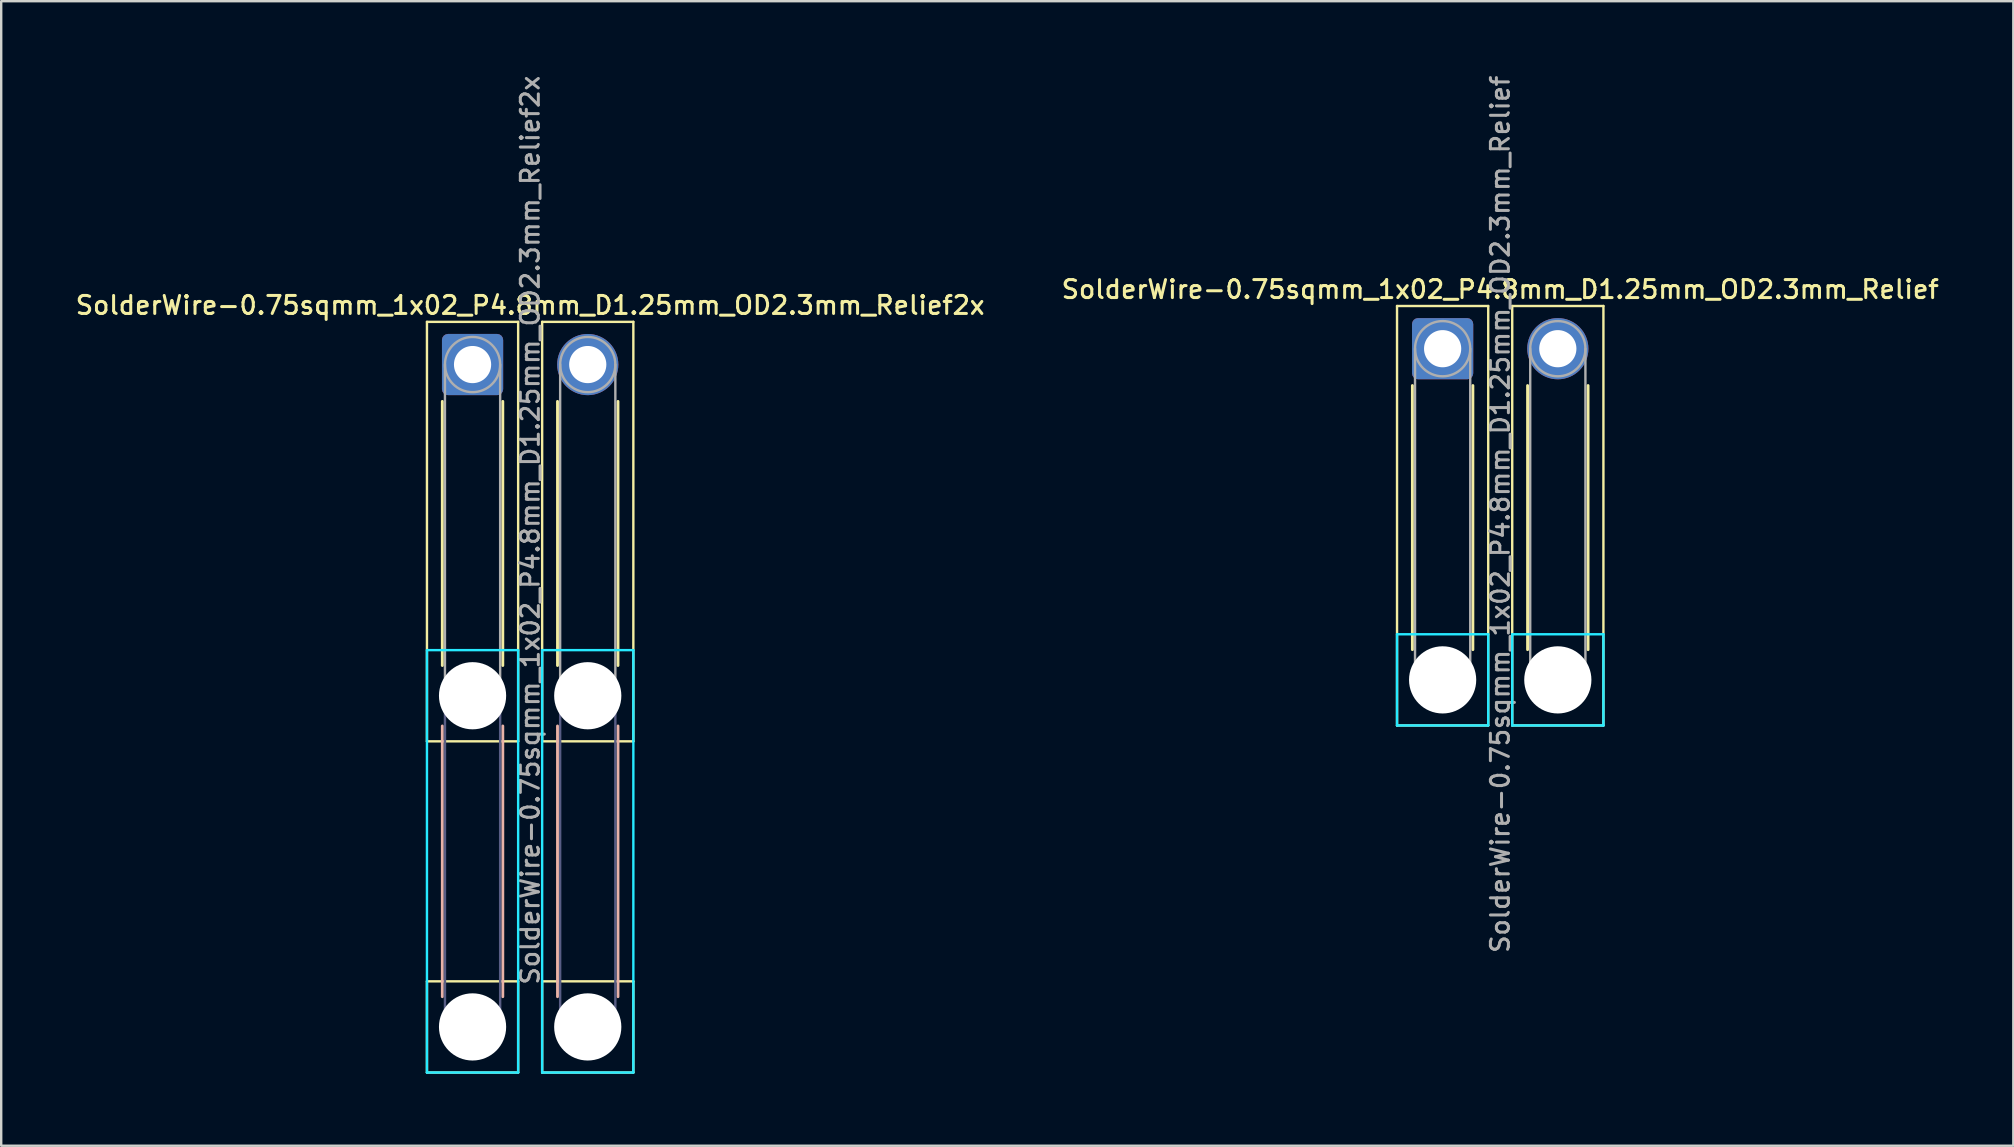
<source format=kicad_pcb>
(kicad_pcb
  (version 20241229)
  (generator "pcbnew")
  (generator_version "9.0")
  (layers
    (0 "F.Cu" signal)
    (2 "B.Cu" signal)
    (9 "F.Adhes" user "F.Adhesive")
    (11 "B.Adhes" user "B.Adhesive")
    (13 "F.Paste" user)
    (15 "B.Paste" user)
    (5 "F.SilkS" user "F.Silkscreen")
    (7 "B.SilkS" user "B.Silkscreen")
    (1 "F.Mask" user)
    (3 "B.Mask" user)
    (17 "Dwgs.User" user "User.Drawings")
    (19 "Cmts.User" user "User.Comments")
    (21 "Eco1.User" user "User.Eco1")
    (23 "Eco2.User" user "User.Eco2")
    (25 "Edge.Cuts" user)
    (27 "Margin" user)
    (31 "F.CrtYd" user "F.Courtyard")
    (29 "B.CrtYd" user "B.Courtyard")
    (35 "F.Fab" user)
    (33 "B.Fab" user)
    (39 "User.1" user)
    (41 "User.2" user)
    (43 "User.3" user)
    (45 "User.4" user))
  (footprint "SolderWire-0.75sqmm_1x02_P4.8mm_D1.25mm_OD2.3mm_Relief"
    (layer "F.Cu")
    (at 57.063 11.48)
    (property "Reference" "SolderWire-0.75sqmm_1x02_P4.8mm_D1.25mm_OD2.3mm_Relief" (at 2.4 -2.47 0) (layer "F.SilkS") (effects (font (size 0.75 0.75) (thickness 0.125))))
    (attr exclude_from_pos_files exclude_from_bom)
    (fp_line (start -1.9 -1.78) (end -1.9 15.7) (stroke (width 0.1) (type solid)) (layer "F.SilkS"))
    (fp_line (start -1.9 15.7) (end 1.9 15.7) (stroke (width 0.1) (type solid)) (layer "F.SilkS"))
    (fp_line (start -1.26 1.535) (end -1.26 12.54) (stroke (width 0.12) (type solid)) (layer "F.SilkS"))
    (fp_line (start 1.26 1.535) (end 1.26 12.54) (stroke (width 0.12) (type solid)) (layer "F.SilkS"))
    (fp_line (start 1.9 -1.78) (end -1.9 -1.78) (stroke (width 0.1) (type solid)) (layer "F.SilkS"))
    (fp_line (start 1.9 15.7) (end 1.9 -1.78) (stroke (width 0.1) (type solid)) (layer "F.SilkS"))
    (fp_line (start 2.9 -1.78) (end 2.9 15.7) (stroke (width 0.1) (type solid)) (layer "F.SilkS"))
    (fp_line (start 2.9 15.7) (end 6.7 15.7) (stroke (width 0.1) (type solid)) (layer "F.SilkS"))
    (fp_line (start 3.54 1.535) (end 3.54 12.54) (stroke (width 0.12) (type solid)) (layer "F.SilkS"))
    (fp_line (start 6.06 1.535) (end 6.06 12.54) (stroke (width 0.12) (type solid)) (layer "F.SilkS"))
    (fp_line (start 6.7 -1.78) (end 2.9 -1.78) (stroke (width 0.1) (type solid)) (layer "F.SilkS"))
    (fp_line (start 6.7 15.7) (end 6.7 -1.78) (stroke (width 0.1) (type solid)) (layer "F.SilkS"))
    (fp_line (start -1.9 11.9) (end -1.9 15.7) (stroke (width 0.1) (type solid)) (layer "B.CrtYd"))
    (fp_line (start -1.9 15.7) (end 1.9 15.7) (stroke (width 0.1) (type solid)) (layer "B.CrtYd"))
    (fp_line (start 1.9 11.9) (end -1.9 11.9) (stroke (width 0.1) (type solid)) (layer "B.CrtYd"))
    (fp_line (start 1.9 15.7) (end 1.9 11.9) (stroke (width 0.1) (type solid)) (layer "B.CrtYd"))
    (fp_line (start 2.9 11.9) (end 2.9 15.7) (stroke (width 0.1) (type solid)) (layer "B.CrtYd"))
    (fp_line (start 2.9 15.7) (end 6.7 15.7) (stroke (width 0.1) (type solid)) (layer "B.CrtYd"))
    (fp_line (start 6.7 11.9) (end 2.9 11.9) (stroke (width 0.1) (type solid)) (layer "B.CrtYd"))
    (fp_line (start 6.7 15.7) (end 6.7 11.9) (stroke (width 0.1) (type solid)) (layer "B.CrtYd"))
    (fp_line (start -1.15 0) (end -1.15 13.8) (stroke (width 0.1) (type solid)) (layer "F.Fab"))
    (fp_line (start 1.15 0) (end 1.15 13.8) (stroke (width 0.1) (type solid)) (layer "F.Fab"))
    (fp_line (start 3.65 0) (end 3.65 13.8) (stroke (width 0.1) (type solid)) (layer "F.Fab"))
    (fp_line (start 5.95 0) (end 5.95 13.8) (stroke (width 0.1) (type solid)) (layer "F.Fab"))
    (fp_circle (center 0 0) (end 1.15 0) (stroke (width 0.1) (type solid)) (fill no) (layer "F.Fab"))
    (fp_circle (center 0 13.8) (end 1.15 13.8) (stroke (width 0.1) (type solid)) (fill no) (layer "F.Fab"))
    (fp_circle (center 4.8 0) (end 5.95 0) (stroke (width 0.1) (type solid)) (fill no) (layer "F.Fab"))
    (fp_circle (center 4.8 13.8) (end 5.95 13.8) (stroke (width 0.1) (type solid)) (fill no) (layer "F.Fab"))
    (fp_text user "${REFERENCE}" (at 2.4 6.9 90) (layer "F.Fab") (effects (font (size 0.75 0.75) (thickness 0.125))))
    (pad "" np_thru_hole circle (at 0 13.8) (size 2.8 2.8) (drill 2.8) (layers "*.Cu" "*.Mask"))
    (pad "" np_thru_hole circle (at 4.8 13.8) (size 2.8 2.8) (drill 2.8) (layers "*.Cu" "*.Mask"))
    (pad "1" thru_hole roundrect (at 0 0) (size 2.55 2.55) (drill 1.55) (layers "*.Cu" "*.Mask") (roundrect_rratio 0.098))
    (pad "2" thru_hole circle (at 4.8 0) (size 2.55 2.55) (drill 1.55) (layers "*.Cu" "*.Mask")))
  (footprint "SolderWire-0.75sqmm_1x02_P4.8mm_D1.25mm_OD2.3mm_Relief2x"
    (layer "F.Cu")
    (at 16.641 12.141)
    (property "Reference" "SolderWire-0.75sqmm_1x02_P4.8mm_D1.25mm_OD2.3mm_Relief2x" (at 2.4 -2.47 0) (layer "F.SilkS") (effects (font (size 0.75 0.75) (thickness 0.125))))
    (attr exclude_from_pos_files exclude_from_bom)
    (fp_line (start -1.9 -1.78) (end -1.9 15.7) (stroke (width 0.1) (type solid)) (layer "F.SilkS"))
    (fp_line (start -1.9 15.7) (end 1.9 15.7) (stroke (width 0.1) (type solid)) (layer "F.SilkS"))
    (fp_line (start -1.9 25.7) (end -1.9 29.5) (stroke (width 0.1) (type solid)) (layer "F.SilkS"))
    (fp_line (start -1.9 29.5) (end 1.9 29.5) (stroke (width 0.1) (type solid)) (layer "F.SilkS"))
    (fp_line (start -1.26 1.535) (end -1.26 12.54) (stroke (width 0.12) (type solid)) (layer "F.SilkS"))
    (fp_line (start 1.26 1.535) (end 1.26 12.54) (stroke (width 0.12) (type solid)) (layer "F.SilkS"))
    (fp_line (start 1.9 -1.78) (end -1.9 -1.78) (stroke (width 0.1) (type solid)) (layer "F.SilkS"))
    (fp_line (start 1.9 15.7) (end 1.9 -1.78) (stroke (width 0.1) (type solid)) (layer "F.SilkS"))
    (fp_line (start 1.9 25.7) (end -1.9 25.7) (stroke (width 0.1) (type solid)) (layer "F.SilkS"))
    (fp_line (start 1.9 29.5) (end 1.9 25.7) (stroke (width 0.1) (type solid)) (layer "F.SilkS"))
    (fp_line (start 2.9 -1.78) (end 2.9 15.7) (stroke (width 0.1) (type solid)) (layer "F.SilkS"))
    (fp_line (start 2.9 15.7) (end 6.7 15.7) (stroke (width 0.1) (type solid)) (layer "F.SilkS"))
    (fp_line (start 2.9 25.7) (end 2.9 29.5) (stroke (width 0.1) (type solid)) (layer "F.SilkS"))
    (fp_line (start 2.9 29.5) (end 6.7 29.5) (stroke (width 0.1) (type solid)) (layer "F.SilkS"))
    (fp_line (start 3.54 1.535) (end 3.54 12.54) (stroke (width 0.12) (type solid)) (layer "F.SilkS"))
    (fp_line (start 6.06 1.535) (end 6.06 12.54) (stroke (width 0.12) (type solid)) (layer "F.SilkS"))
    (fp_line (start 6.7 -1.78) (end 2.9 -1.78) (stroke (width 0.1) (type solid)) (layer "F.SilkS"))
    (fp_line (start 6.7 15.7) (end 6.7 -1.78) (stroke (width 0.1) (type solid)) (layer "F.SilkS"))
    (fp_line (start 6.7 25.7) (end 2.9 25.7) (stroke (width 0.1) (type solid)) (layer "F.SilkS"))
    (fp_line (start 6.7 29.5) (end 6.7 25.7) (stroke (width 0.1) (type solid)) (layer "F.SilkS"))
    (fp_line (start -1.26 15.06) (end -1.26 26.34) (stroke (width 0.12) (type solid)) (layer "B.SilkS"))
    (fp_line (start 1.26 15.06) (end 1.26 26.34) (stroke (width 0.12) (type solid)) (layer "B.SilkS"))
    (fp_line (start 3.54 15.06) (end 3.54 26.34) (stroke (width 0.12) (type solid)) (layer "B.SilkS"))
    (fp_line (start 6.06 15.06) (end 6.06 26.34) (stroke (width 0.12) (type solid)) (layer "B.SilkS"))
    (fp_line (start -1.9 11.9) (end -1.9 29.5) (stroke (width 0.1) (type solid)) (layer "B.CrtYd"))
    (fp_line (start -1.9 29.5) (end 1.9 29.5) (stroke (width 0.1) (type solid)) (layer "B.CrtYd"))
    (fp_line (start 1.9 11.9) (end -1.9 11.9) (stroke (width 0.1) (type solid)) (layer "B.CrtYd"))
    (fp_line (start 1.9 29.5) (end 1.9 11.9) (stroke (width 0.1) (type solid)) (layer "B.CrtYd"))
    (fp_line (start 2.9 11.9) (end 2.9 29.5) (stroke (width 0.1) (type solid)) (layer "B.CrtYd"))
    (fp_line (start 2.9 29.5) (end 6.7 29.5) (stroke (width 0.1) (type solid)) (layer "B.CrtYd"))
    (fp_line (start 6.7 11.9) (end 2.9 11.9) (stroke (width 0.1) (type solid)) (layer "B.CrtYd"))
    (fp_line (start 6.7 29.5) (end 6.7 11.9) (stroke (width 0.1) (type solid)) (layer "B.CrtYd"))
    (fp_line (start -1.15 13.8) (end -1.15 27.6) (stroke (width 0.1) (type solid)) (layer "B.Fab"))
    (fp_line (start 1.15 13.8) (end 1.15 27.6) (stroke (width 0.1) (type solid)) (layer "B.Fab"))
    (fp_line (start 3.65 13.8) (end 3.65 27.6) (stroke (width 0.1) (type solid)) (layer "B.Fab"))
    (fp_line (start 5.95 13.8) (end 5.95 27.6) (stroke (width 0.1) (type solid)) (layer "B.Fab"))
    (fp_circle (center 0 13.8) (end 1.15 13.8) (stroke (width 0.1) (type solid)) (fill no) (layer "B.Fab"))
    (fp_circle (center 0 27.6) (end 1.15 27.6) (stroke (width 0.1) (type solid)) (fill no) (layer "B.Fab"))
    (fp_circle (center 4.8 13.8) (end 5.95 13.8) (stroke (width 0.1) (type solid)) (fill no) (layer "B.Fab"))
    (fp_circle (center 4.8 27.6) (end 5.95 27.6) (stroke (width 0.1) (type solid)) (fill no) (layer "B.Fab"))
    (fp_line (start -1.15 0) (end -1.15 13.8) (stroke (width 0.1) (type solid)) (layer "F.Fab"))
    (fp_line (start 1.15 0) (end 1.15 13.8) (stroke (width 0.1) (type solid)) (layer "F.Fab"))
    (fp_line (start 3.65 0) (end 3.65 13.8) (stroke (width 0.1) (type solid)) (layer "F.Fab"))
    (fp_line (start 5.95 0) (end 5.95 13.8) (stroke (width 0.1) (type solid)) (layer "F.Fab"))
    (fp_circle (center 0 0) (end 1.15 0) (stroke (width 0.1) (type solid)) (fill no) (layer "F.Fab"))
    (fp_circle (center 0 13.8) (end 1.15 13.8) (stroke (width 0.1) (type solid)) (fill no) (layer "F.Fab"))
    (fp_circle (center 0 27.6) (end 1.15 27.6) (stroke (width 0.1) (type solid)) (fill no) (layer "F.Fab"))
    (fp_circle (center 4.8 0) (end 5.95 0) (stroke (width 0.1) (type solid)) (fill no) (layer "F.Fab"))
    (fp_circle (center 4.8 13.8) (end 5.95 13.8) (stroke (width 0.1) (type solid)) (fill no) (layer "F.Fab"))
    (fp_circle (center 4.8 27.6) (end 5.95 27.6) (stroke (width 0.1) (type solid)) (fill no) (layer "F.Fab"))
    (fp_text user "${REFERENCE}" (at 2.4 6.9 90) (layer "F.Fab") (effects (font (size 0.75 0.75) (thickness 0.125))))
    (pad "" np_thru_hole circle (at 0 13.8) (size 2.8 2.8) (drill 2.8) (layers "*.Cu" "*.Mask"))
    (pad "" np_thru_hole circle (at 0 27.6) (size 2.8 2.8) (drill 2.8) (layers "*.Cu" "*.Mask"))
    (pad "" np_thru_hole circle (at 4.8 13.8) (size 2.8 2.8) (drill 2.8) (layers "*.Cu" "*.Mask"))
    (pad "" np_thru_hole circle (at 4.8 27.6) (size 2.8 2.8) (drill 2.8) (layers "*.Cu" "*.Mask"))
    (pad "1" thru_hole roundrect (at 0 0) (size 2.55 2.55) (drill 1.55) (layers "*.Cu" "*.Mask") (roundrect_rratio 0.098))
    (pad "2" thru_hole circle (at 4.8 0) (size 2.55 2.55) (drill 1.55) (layers "*.Cu" "*.Mask")))
  (gr_rect
    (start -3 -3)
    (end 80.843 44.691)
    (stroke (width 0.1) (type default))
    (fill no)
    (layer "Edge.Cuts")))
</source>
